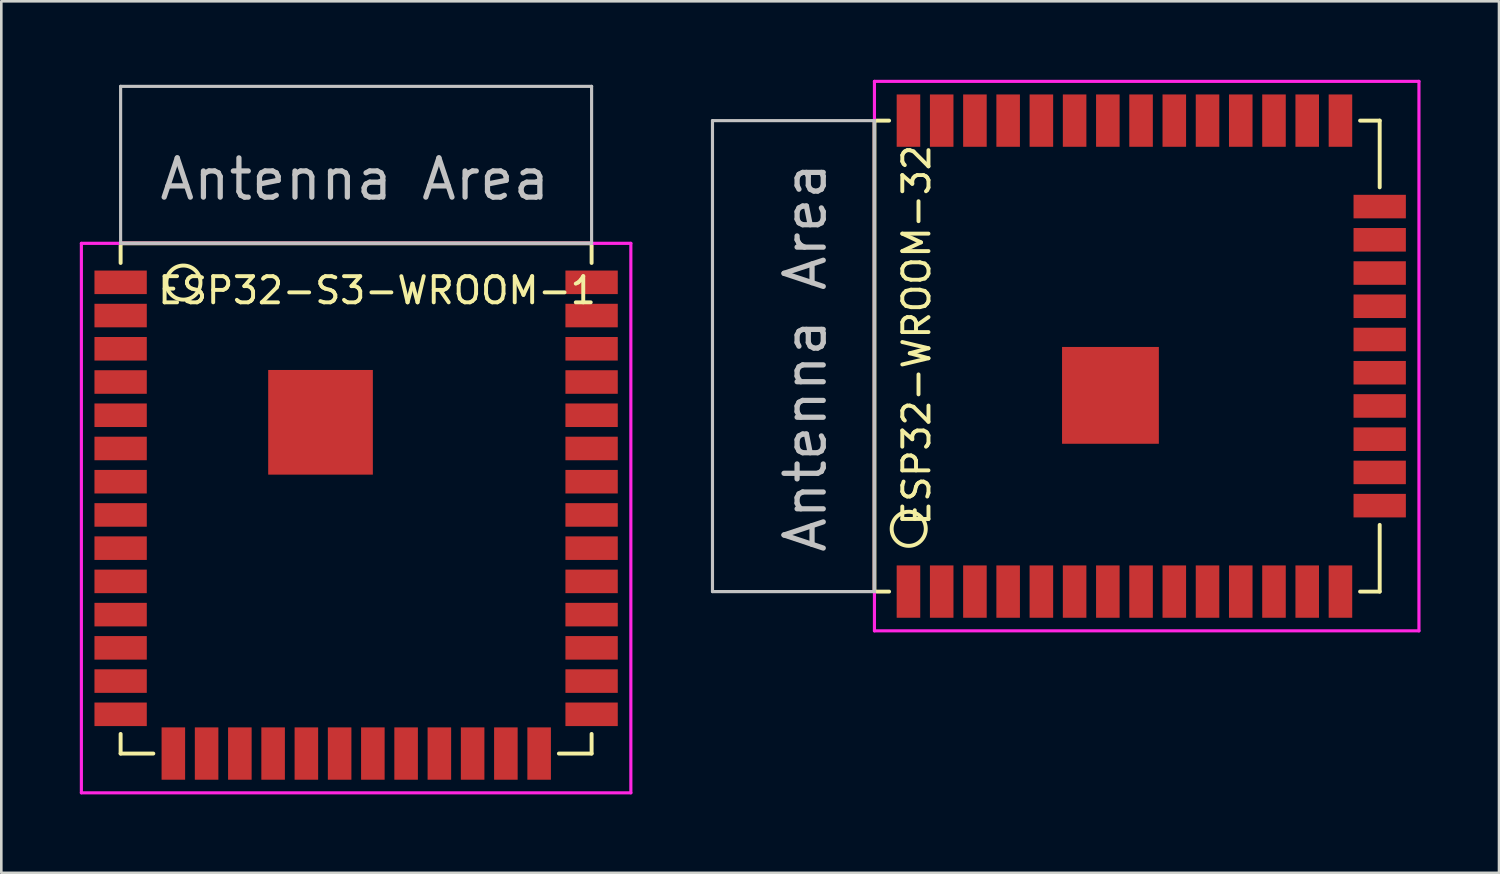
<source format=kicad_pcb>
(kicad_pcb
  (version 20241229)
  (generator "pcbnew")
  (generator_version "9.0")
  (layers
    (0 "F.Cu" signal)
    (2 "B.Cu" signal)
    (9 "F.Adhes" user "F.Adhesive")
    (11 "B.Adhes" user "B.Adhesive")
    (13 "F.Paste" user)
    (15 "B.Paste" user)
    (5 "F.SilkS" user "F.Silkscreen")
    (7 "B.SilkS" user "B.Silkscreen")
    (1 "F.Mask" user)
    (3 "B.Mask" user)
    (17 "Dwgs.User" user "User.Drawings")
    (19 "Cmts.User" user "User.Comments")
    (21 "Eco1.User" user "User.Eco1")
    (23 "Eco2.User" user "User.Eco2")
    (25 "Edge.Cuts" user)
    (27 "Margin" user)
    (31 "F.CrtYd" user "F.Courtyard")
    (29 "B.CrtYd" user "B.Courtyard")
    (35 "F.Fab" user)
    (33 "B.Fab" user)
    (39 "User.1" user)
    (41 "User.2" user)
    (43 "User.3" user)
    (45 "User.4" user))
  (footprint "ESP32-WROOM-32"
    (layer "F.Cu")
    (at 40.59 10.55)
    (property "Reference" "ESP32-WROOM-32" (at -8.61 -0.79 90) (layer "F.SilkS") (effects (font (size 1 1) (thickness 0.15))))
    (attr through_hole)
    (fp_line (start -10.22 -8.99) (end -10.22 9.01) (stroke (width 0.15) (type solid)) (layer "F.SilkS"))
    (fp_line (start -10.22 -8.99) (end -9.66 -8.99) (stroke (width 0.15) (type solid)) (layer "F.SilkS"))
    (fp_line (start -10.22 9.01) (end -9.66 9.01) (stroke (width 0.15) (type solid)) (layer "F.SilkS"))
    (fp_line (start 9.09 -8.99) (end 8.34 -8.99) (stroke (width 0.15) (type solid)) (layer "F.SilkS"))
    (fp_line (start 9.09 -8.99) (end 9.09 -6.44) (stroke (width 0.15) (type solid)) (layer "F.SilkS"))
    (fp_line (start 9.09 9.01) (end 8.34 9.01) (stroke (width 0.15) (type solid)) (layer "F.SilkS"))
    (fp_line (start 9.09 9.01) (end 9.09 6.46) (stroke (width 0.15) (type solid)) (layer "F.SilkS"))
    (fp_circle (center -8.91 6.61) (end -8.56 6.06) (stroke (width 0.15) (type solid)) (fill no) (layer "F.SilkS"))
    (fp_line (start -16.41 -8.99) (end -10.22 -8.99) (stroke (width 0.12) (type solid)) (layer "Dwgs.User"))
    (fp_line (start -16.41 9.01) (end -16.41 -8.99) (stroke (width 0.12) (type solid)) (layer "Dwgs.User"))
    (fp_line (start -10.22 -8.99) (end -10.22 9.01) (stroke (width 0.12) (type solid)) (layer "Dwgs.User"))
    (fp_line (start -10.22 9.01) (end -16.41 9.01) (stroke (width 0.12) (type solid)) (layer "Dwgs.User"))
    (fp_line (start -10.22 -10.49) (end -10.22 10.51) (stroke (width 0.12) (type solid)) (layer "F.CrtYd"))
    (fp_line (start -10.22 10.51) (end 10.59 10.51) (stroke (width 0.12) (type solid)) (layer "F.CrtYd"))
    (fp_line (start 10.59 -10.49) (end -10.22 -10.49) (stroke (width 0.12) (type solid)) (layer "F.CrtYd"))
    (fp_line (start 10.59 10.51) (end 10.59 -10.49) (stroke (width 0.12) (type solid)) (layer "F.CrtYd"))
    (fp_text user "Antenna Area" (at -12.86 0.06 90) (layer "Dwgs.User") (effects (font (size 1.5 1.5) (thickness 0.2))))
    (pad "" smd rect (at -2.6 0.11 90) (size 0.9 0.9) (layers "F.Paste"))
    (pad "" smd rect (at -2.6 1.51 90) (size 0.9 0.9) (layers "F.Paste"))
    (pad "" smd rect (at -2.6 2.91 90) (size 0.9 0.9) (layers "F.Paste"))
    (pad "" smd rect (at -1.2 0.11 90) (size 0.9 0.9) (layers "F.Paste"))
    (pad "" smd rect (at -1.2 1.51 90) (size 0.9 0.9) (layers "F.Paste"))
    (pad "" smd rect (at -1.2 2.91 90) (size 0.9 0.9) (layers "F.Paste"))
    (pad "" smd rect (at 0.2 0.11 90) (size 0.9 0.9) (layers "F.Paste"))
    (pad "" smd rect (at 0.2 1.51 90) (size 0.9 0.9) (layers "F.Paste"))
    (pad "" smd rect (at 0.2 2.91 90) (size 0.9 0.9) (layers "F.Paste"))
    (pad "1" smd rect (at -8.92 9.01 90) (size 2 0.9) (layers "F.Cu" "F.Mask" "F.Paste"))
    (pad "2" smd rect (at -7.65 9.01 90) (size 2 0.9) (layers "F.Cu" "F.Mask" "F.Paste"))
    (pad "3" smd rect (at -6.38 9.01 90) (size 2 0.9) (layers "F.Cu" "F.Mask" "F.Paste"))
    (pad "4" smd rect (at -5.11 9.01 90) (size 2 0.9) (layers "F.Cu" "F.Mask" "F.Paste"))
    (pad "5" smd rect (at -3.84 9.01 90) (size 2 0.9) (layers "F.Cu" "F.Mask" "F.Paste"))
    (pad "6" smd rect (at -2.57 9.01 90) (size 2 0.9) (layers "F.Cu" "F.Mask" "F.Paste"))
    (pad "7" smd rect (at -1.3 9.01 90) (size 2 0.9) (layers "F.Cu" "F.Mask" "F.Paste"))
    (pad "8" smd rect (at -0.03 9.01 90) (size 2 0.9) (layers "F.Cu" "F.Mask" "F.Paste"))
    (pad "9" smd rect (at 1.24 9.01 90) (size 2 0.9) (layers "F.Cu" "F.Mask" "F.Paste"))
    (pad "10" smd rect (at 2.51 9.01 90) (size 2 0.9) (layers "F.Cu" "F.Mask" "F.Paste"))
    (pad "11" smd rect (at 3.78 9.01 90) (size 2 0.9) (layers "F.Cu" "F.Mask" "F.Paste"))
    (pad "12" smd rect (at 5.05 9.01 90) (size 2 0.9) (layers "F.Cu" "F.Mask" "F.Paste"))
    (pad "13" smd rect (at 6.32 9.01 90) (size 2 0.9) (layers "F.Cu" "F.Mask" "F.Paste"))
    (pad "14" smd rect (at 7.59 9.01 90) (size 2 0.9) (layers "F.Cu" "F.Mask" "F.Paste"))
    (pad "15" smd rect (at 9.09 5.725 90) (size 0.9 2) (layers "F.Cu" "F.Mask" "F.Paste"))
    (pad "16" smd rect (at 9.09 4.455 90) (size 0.9 2) (layers "F.Cu" "F.Mask" "F.Paste"))
    (pad "17" smd rect (at 9.09 3.185 90) (size 0.9 2) (layers "F.Cu" "F.Mask" "F.Paste"))
    (pad "18" smd rect (at 9.09 1.915 90) (size 0.9 2) (layers "F.Cu" "F.Mask" "F.Paste"))
    (pad "19" smd rect (at 9.09 0.645 90) (size 0.9 2) (layers "F.Cu" "F.Mask" "F.Paste"))
    (pad "20" smd rect (at 9.09 -0.625 90) (size 0.9 2) (layers "F.Cu" "F.Mask" "F.Paste"))
    (pad "21" smd rect (at 9.09 -1.895 90) (size 0.9 2) (layers "F.Cu" "F.Mask" "F.Paste"))
    (pad "22" smd rect (at 9.09 -3.165 90) (size 0.9 2) (layers "F.Cu" "F.Mask" "F.Paste"))
    (pad "23" smd rect (at 9.09 -4.435 90) (size 0.9 2) (layers "F.Cu" "F.Mask" "F.Paste"))
    (pad "24" smd rect (at 9.09 -5.705 90) (size 0.9 2) (layers "F.Cu" "F.Mask" "F.Paste"))
    (pad "25" smd rect (at 7.59 -8.99 90) (size 2 0.9) (layers "F.Cu" "F.Mask" "F.Paste"))
    (pad "26" smd rect (at 6.32 -8.99 90) (size 2 0.9) (layers "F.Cu" "F.Mask" "F.Paste"))
    (pad "27" smd rect (at 5.05 -8.99 90) (size 2 0.9) (layers "F.Cu" "F.Mask" "F.Paste"))
    (pad "28" smd rect (at 3.78 -8.99 90) (size 2 0.9) (layers "F.Cu" "F.Mask" "F.Paste"))
    (pad "29" smd rect (at 2.51 -8.99 90) (size 2 0.9) (layers "F.Cu" "F.Mask" "F.Paste"))
    (pad "30" smd rect (at 1.24 -8.99 90) (size 2 0.9) (layers "F.Cu" "F.Mask" "F.Paste"))
    (pad "31" smd rect (at -0.03 -8.99 90) (size 2 0.9) (layers "F.Cu" "F.Mask" "F.Paste"))
    (pad "32" smd rect (at -1.3 -8.99 90) (size 2 0.9) (layers "F.Cu" "F.Mask" "F.Paste"))
    (pad "33" smd rect (at -2.57 -8.99 90) (size 2 0.9) (layers "F.Cu" "F.Mask" "F.Paste"))
    (pad "34" smd rect (at -3.84 -8.99 90) (size 2 0.9) (layers "F.Cu" "F.Mask" "F.Paste"))
    (pad "35" smd rect (at -5.11 -8.99 90) (size 2 0.9) (layers "F.Cu" "F.Mask" "F.Paste"))
    (pad "36" smd rect (at -6.38 -8.99 90) (size 2 0.9) (layers "F.Cu" "F.Mask" "F.Paste"))
    (pad "37" smd rect (at -7.65 -8.99 90) (size 2 0.9) (layers "F.Cu" "F.Mask" "F.Paste"))
    (pad "38" smd rect (at -8.92 -8.99 90) (size 2 0.9) (layers "F.Cu" "F.Mask" "F.Paste"))
    (pad "39" smd rect (at -1.2 1.51 90) (size 3.7 3.7) (layers "F.Cu" "F.Mask")))
  (footprint "ESP32-S3-WROOM-1"
    (layer "F.Cu")
    (at 1.56 0.25)
    (property "Reference" "ESP32-S3-WROOM-1" (at 9.8 7.8 0) (layer "F.SilkS") (effects (font (size 1 1) (thickness 0.15))))
    (attr through_hole)
    (fp_line (start 0 6) (end 0 6.75) (stroke (width 0.15) (type solid)) (layer "F.SilkS"))
    (fp_line (start 0 25.5) (end 0 24.75) (stroke (width 0.15) (type solid)) (layer "F.SilkS"))
    (fp_line (start 0 25.5) (end 1.25 25.5) (stroke (width 0.15) (type solid)) (layer "F.SilkS"))
    (fp_line (start 18 6) (end 0 6) (stroke (width 0.15) (type solid)) (layer "F.SilkS"))
    (fp_line (start 18 6) (end 18 6.75) (stroke (width 0.15) (type solid)) (layer "F.SilkS"))
    (fp_line (start 18 25.5) (end 16.75 25.5) (stroke (width 0.15) (type solid)) (layer "F.SilkS"))
    (fp_line (start 18 25.5) (end 18 24.75) (stroke (width 0.15) (type solid)) (layer "F.SilkS"))
    (fp_circle (center 2.4 7.5) (end 2.95 7.85) (stroke (width 0.15) (type solid)) (fill no) (layer "F.SilkS"))
    (fp_line (start 0 0) (end 18 0) (stroke (width 0.12) (type solid)) (layer "Dwgs.User"))
    (fp_line (start 0 6) (end 0 0) (stroke (width 0.12) (type solid)) (layer "Dwgs.User"))
    (fp_line (start 18 0) (end 18 6) (stroke (width 0.12) (type solid)) (layer "Dwgs.User"))
    (fp_line (start 18 6) (end 0 6) (stroke (width 0.12) (type solid)) (layer "Dwgs.User"))
    (fp_line (start -1.5 6) (end -1.5 27) (stroke (width 0.12) (type solid)) (layer "F.CrtYd"))
    (fp_line (start -1.5 27) (end 19.5 27) (stroke (width 0.12) (type solid)) (layer "F.CrtYd"))
    (fp_line (start 19.5 6) (end -1.5 6) (stroke (width 0.12) (type solid)) (layer "F.CrtYd"))
    (fp_line (start 19.5 27) (end 19.5 6) (stroke (width 0.12) (type solid)) (layer "F.CrtYd"))
    (fp_text user "Antenna Area" (at 8.95 3.55 0) (layer "Dwgs.User") (effects (font (size 1.5 1.5) (thickness 0.2))))
    (pad "" smd rect (at 6.14 11.34) (size 1 1) (layers "F.Paste"))
    (pad "" smd rect (at 6.14 12.84) (size 1 1) (layers "F.Paste"))
    (pad "" smd rect (at 6.14 14.34) (size 1 1) (layers "F.Paste"))
    (pad "" smd rect (at 7.64 11.34) (size 1 1) (layers "F.Paste"))
    (pad "" smd rect (at 7.64 12.84) (size 1 1) (layers "F.Paste"))
    (pad "" smd rect (at 7.64 14.34) (size 1 1) (layers "F.Paste"))
    (pad "" smd rect (at 9.14 11.34) (size 1 1) (layers "F.Paste"))
    (pad "" smd rect (at 9.14 12.84) (size 1 1) (layers "F.Paste"))
    (pad "" smd rect (at 9.14 14.34) (size 1 1) (layers "F.Paste"))
    (pad "1" smd rect (at 0 7.49) (size 2 0.9) (layers "F.Cu" "F.Mask" "F.Paste"))
    (pad "2" smd rect (at 0 8.76) (size 2 0.9) (layers "F.Cu" "F.Mask" "F.Paste"))
    (pad "3" smd rect (at 0 10.03) (size 2 0.9) (layers "F.Cu" "F.Mask" "F.Paste"))
    (pad "4" smd rect (at 0 11.3) (size 2 0.9) (layers "F.Cu" "F.Mask" "F.Paste"))
    (pad "5" smd rect (at 0 12.57) (size 2 0.9) (layers "F.Cu" "F.Mask" "F.Paste"))
    (pad "6" smd rect (at 0 13.84) (size 2 0.9) (layers "F.Cu" "F.Mask" "F.Paste"))
    (pad "7" smd rect (at 0 15.11) (size 2 0.9) (layers "F.Cu" "F.Mask" "F.Paste"))
    (pad "8" smd rect (at 0 16.38) (size 2 0.9) (layers "F.Cu" "F.Mask" "F.Paste"))
    (pad "9" smd rect (at 0 17.65) (size 2 0.9) (layers "F.Cu" "F.Mask" "F.Paste"))
    (pad "10" smd rect (at 0 18.92) (size 2 0.9) (layers "F.Cu" "F.Mask" "F.Paste"))
    (pad "11" smd rect (at 0 20.19) (size 2 0.9) (layers "F.Cu" "F.Mask" "F.Paste"))
    (pad "12" smd rect (at 0 21.46) (size 2 0.9) (layers "F.Cu" "F.Mask" "F.Paste"))
    (pad "13" smd rect (at 0 22.73) (size 2 0.9) (layers "F.Cu" "F.Mask" "F.Paste"))
    (pad "14" smd rect (at 0 24) (size 2 0.9) (layers "F.Cu" "F.Mask" "F.Paste"))
    (pad "15" smd rect (at 2.015 25.5) (size 0.9 2) (layers "F.Cu" "F.Mask" "F.Paste"))
    (pad "16" smd rect (at 3.286 25.5) (size 0.9 2) (layers "F.Cu" "F.Mask" "F.Paste"))
    (pad "17" smd rect (at 4.557 25.5) (size 0.9 2) (layers "F.Cu" "F.Mask" "F.Paste"))
    (pad "18" smd rect (at 5.828 25.5) (size 0.9 2) (layers "F.Cu" "F.Mask" "F.Paste"))
    (pad "19" smd rect (at 7.099 25.5) (size 0.9 2) (layers "F.Cu" "F.Mask" "F.Paste"))
    (pad "20" smd rect (at 8.37 25.5) (size 0.9 2) (layers "F.Cu" "F.Mask" "F.Paste"))
    (pad "21" smd rect (at 9.64 25.5) (size 0.9 2) (layers "F.Cu" "F.Mask" "F.Paste"))
    (pad "22" smd rect (at 10.911 25.5) (size 0.9 2) (layers "F.Cu" "F.Mask" "F.Paste"))
    (pad "23" smd rect (at 12.182 25.5) (size 0.9 2) (layers "F.Cu" "F.Mask" "F.Paste"))
    (pad "24" smd rect (at 13.453 25.5) (size 0.9 2) (layers "F.Cu" "F.Mask" "F.Paste"))
    (pad "25" smd rect (at 14.724 25.5) (size 0.9 2) (layers "F.Cu" "F.Mask" "F.Paste"))
    (pad "26" smd rect (at 15.995 25.5) (size 0.9 2) (layers "F.Cu" "F.Mask" "F.Paste"))
    (pad "27" smd rect (at 18 24) (size 2 0.9) (layers "F.Cu" "F.Mask" "F.Paste"))
    (pad "28" smd rect (at 18 22.73) (size 2 0.9) (layers "F.Cu" "F.Mask" "F.Paste"))
    (pad "29" smd rect (at 18 21.46) (size 2 0.9) (layers "F.Cu" "F.Mask" "F.Paste"))
    (pad "30" smd rect (at 18 20.19) (size 2 0.9) (layers "F.Cu" "F.Mask" "F.Paste"))
    (pad "31" smd rect (at 18 18.92) (size 2 0.9) (layers "F.Cu" "F.Mask" "F.Paste"))
    (pad "32" smd rect (at 18 17.65) (size 2 0.9) (layers "F.Cu" "F.Mask" "F.Paste"))
    (pad "33" smd rect (at 18 16.38) (size 2 0.9) (layers "F.Cu" "F.Mask" "F.Paste"))
    (pad "34" smd rect (at 18 15.11) (size 2 0.9) (layers "F.Cu" "F.Mask" "F.Paste"))
    (pad "35" smd rect (at 18 13.84) (size 2 0.9) (layers "F.Cu" "F.Mask" "F.Paste"))
    (pad "36" smd rect (at 18 12.57) (size 2 0.9) (layers "F.Cu" "F.Mask" "F.Paste"))
    (pad "37" smd rect (at 18 11.3) (size 2 0.9) (layers "F.Cu" "F.Mask" "F.Paste"))
    (pad "38" smd rect (at 18 10.03) (size 2 0.9) (layers "F.Cu" "F.Mask" "F.Paste"))
    (pad "39" smd rect (at 18 8.76) (size 2 0.9) (layers "F.Cu" "F.Mask" "F.Paste"))
    (pad "40" smd rect (at 18 7.49) (size 2 0.9) (layers "F.Cu" "F.Mask" "F.Paste"))
    (pad "41" smd rect (at 7.64 12.84) (size 4 4) (layers "F.Cu" "F.Mask")))
  (gr_rect
    (start -3 -3)
    (end 54.24 30.31)
    (stroke (width 0.1) (type default))
    (fill no)
    (layer "Edge.Cuts")))
</source>
